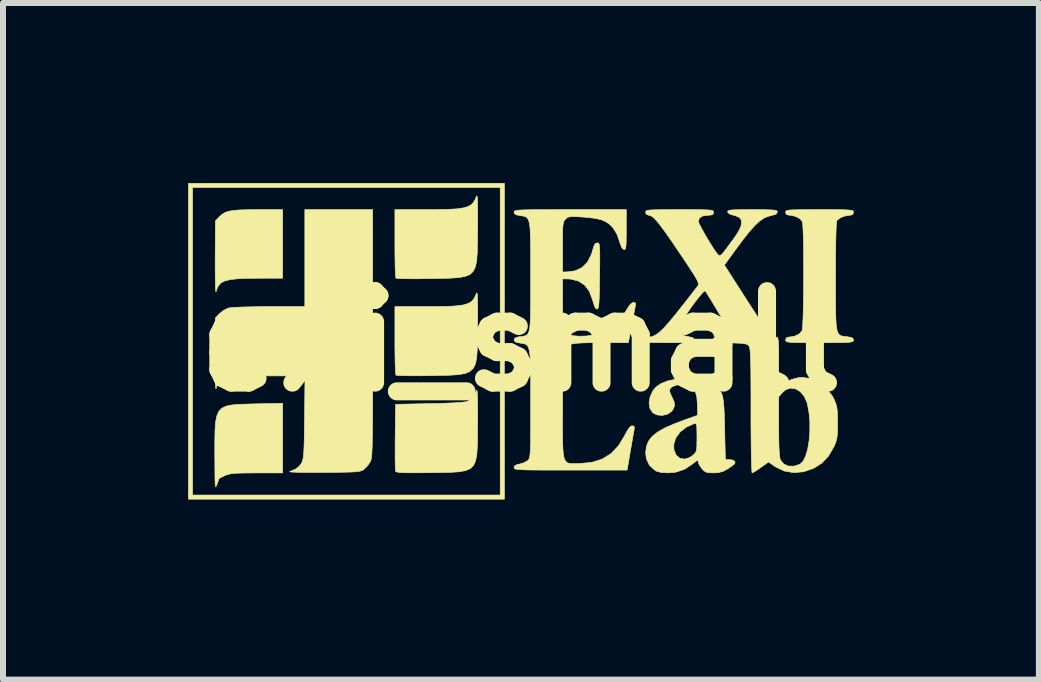
<source format=kicad_pcb>
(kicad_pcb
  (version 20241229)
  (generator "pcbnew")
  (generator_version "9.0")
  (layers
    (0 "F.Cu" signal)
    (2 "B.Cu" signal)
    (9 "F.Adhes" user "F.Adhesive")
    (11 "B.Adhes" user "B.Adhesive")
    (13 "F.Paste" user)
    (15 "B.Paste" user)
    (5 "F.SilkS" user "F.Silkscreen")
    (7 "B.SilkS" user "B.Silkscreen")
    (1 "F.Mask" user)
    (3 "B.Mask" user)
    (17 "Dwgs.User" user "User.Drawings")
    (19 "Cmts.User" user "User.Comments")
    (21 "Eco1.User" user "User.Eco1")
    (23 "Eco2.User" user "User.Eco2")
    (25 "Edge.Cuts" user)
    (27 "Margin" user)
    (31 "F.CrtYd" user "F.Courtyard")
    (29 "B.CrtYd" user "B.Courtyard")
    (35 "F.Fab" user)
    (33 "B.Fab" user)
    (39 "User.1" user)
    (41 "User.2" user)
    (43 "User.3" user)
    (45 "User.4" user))
  (footprint "exi_small"
    (layer "F.Cu")
    (at 5.632 2.637)
    (property "Reference" "exi_small" (at 0 0 0) (layer "F.SilkS") (effects (font (size 1.524 1.524) (thickness 0.3))))
    (attr through_hole)
    (fp_poly (pts (xy -0.277 2.632) (xy -5.542 2.632) (xy -5.542 -2.563) (xy -5.473 -2.563) (xy -5.473 2.563) (xy -0.346 2.563) (xy -0.346 -2.563) (xy -5.473 -2.563) (xy -5.542 -2.563) (xy -5.542 -2.632) (xy -0.277 -2.632) (xy -0.277 2.632)) (stroke (width 0.01) (type solid)) (fill yes) (layer "F.SilkS"))
    (fp_poly (pts (xy -3.972 -1.622) (xy -3.972 -1.051) (xy -4.393 -1.05) (xy -4.585 -1.048) (xy -4.736 -1.04) (xy -4.852 -1.026) (xy -4.938 -1.004) (xy -4.999 -0.972) (xy -5.041 -0.927) (xy -5.069 -0.869) (xy -5.081 -0.826) (xy -5.086 -0.828) (xy -5.09 -0.87) (xy -5.093 -0.95) (xy -5.095 -1.063) (xy -5.096 -1.203) (xy -5.096 -1.367) (xy -5.096 -1.378) (xy -5.092 -2.006) (xy -5.024 -2.077) (xy -4.982 -2.115) (xy -4.934 -2.144) (xy -4.875 -2.165) (xy -4.797 -2.179) (xy -4.693 -2.188) (xy -4.557 -2.192) (xy -4.381 -2.194) (xy -3.972 -2.194) (xy -3.972 -1.622)) (stroke (width 0.01) (type solid)) (fill yes) (layer "F.SilkS"))
    (fp_poly (pts (xy -3.972 2.194) (xy -4.405 2.194) (xy -4.561 2.195) (xy -4.68 2.197) (xy -4.767 2.201) (xy -4.832 2.208) (xy -4.881 2.219) (xy -4.922 2.233) (xy -4.936 2.239) (xy -4.994 2.267) (xy -5.029 2.286) (xy -5.034 2.291) (xy -5.041 2.315) (xy -5.059 2.366) (xy -5.068 2.39) (xy -5.078 2.415) (xy -5.086 2.424) (xy -5.092 2.413) (xy -5.096 2.377) (xy -5.099 2.314) (xy -5.1 2.217) (xy -5.101 2.083) (xy -5.102 1.908) (xy -5.102 1.882) (xy -5.102 1.665) (xy -5.099 1.49) (xy -5.09 1.352) (xy -5.07 1.247) (xy -5.037 1.17) (xy -4.986 1.116) (xy -4.913 1.081) (xy -4.815 1.061) (xy -4.688 1.051) (xy -4.529 1.046) (xy -4.416 1.043) (xy -3.972 1.034) (xy -3.972 2.194)) (stroke (width 0.01) (type solid)) (fill yes) (layer "F.SilkS"))
    (fp_poly (pts (xy -0.733 0.817) (xy -0.728 0.862) (xy -0.724 0.949) (xy -0.723 1.075) (xy -0.722 1.239) (xy -0.723 1.363) (xy -0.724 1.579) (xy -0.727 1.753) (xy -0.736 1.889) (xy -0.756 1.994) (xy -0.791 2.07) (xy -0.845 2.122) (xy -0.923 2.156) (xy -1.028 2.175) (xy -1.166 2.184) (xy -1.34 2.188) (xy -1.518 2.19) (xy -1.699 2.192) (xy -1.839 2.192) (xy -1.942 2.191) (xy -2.014 2.187) (xy -2.06 2.181) (xy -2.084 2.173) (xy -2.09 2.166) (xy -2.093 2.135) (xy -2.096 2.065) (xy -2.097 1.962) (xy -2.097 1.833) (xy -2.097 1.686) (xy -2.096 1.593) (xy -2.09 1.051) (xy -1.512 1.039) (xy -1.305 1.034) (xy -1.137 1.027) (xy -1.01 1.019) (xy -0.927 1.01) (xy -0.889 1.001) (xy -0.801 0.927) (xy -0.743 0.829) (xy -0.739 0.816) (xy -0.733 0.817)) (stroke (width 0.01) (type solid)) (fill yes) (layer "F.SilkS"))
    (fp_poly (pts (xy -0.729 -2.405) (xy -0.725 -2.353) (xy -0.723 -2.267) (xy -0.722 -2.142) (xy -0.722 -1.975) (xy -0.723 -1.87) (xy -0.724 -1.655) (xy -0.728 -1.482) (xy -0.738 -1.346) (xy -0.758 -1.242) (xy -0.795 -1.166) (xy -0.85 -1.114) (xy -0.93 -1.08) (xy -1.039 -1.061) (xy -1.18 -1.051) (xy -1.359 -1.047) (xy -1.524 -1.044) (xy -1.678 -1.042) (xy -1.816 -1.041) (xy -1.933 -1.043) (xy -2.02 -1.045) (xy -2.072 -1.049) (xy -2.084 -1.052) (xy -2.089 -1.079) (xy -2.093 -1.146) (xy -2.097 -1.246) (xy -2.099 -1.372) (xy -2.101 -1.519) (xy -2.101 -1.632) (xy -2.101 -2.194) (xy -1.567 -2.194) (xy -1.359 -2.195) (xy -1.193 -2.199) (xy -1.062 -2.207) (xy -0.961 -2.222) (xy -0.886 -2.243) (xy -0.831 -2.274) (xy -0.792 -2.314) (xy -0.762 -2.365) (xy -0.743 -2.413) (xy -0.735 -2.423) (xy -0.729 -2.405)) (stroke (width 0.01) (type solid)) (fill yes) (layer "F.SilkS"))
    (fp_poly (pts (xy -0.729 -0.788) (xy -0.725 -0.737) (xy -0.723 -0.65) (xy -0.722 -0.525) (xy -0.722 -0.359) (xy -0.723 -0.254) (xy -0.724 -0.039) (xy -0.728 0.135) (xy -0.738 0.271) (xy -0.758 0.375) (xy -0.795 0.451) (xy -0.851 0.503) (xy -0.931 0.537) (xy -1.039 0.556) (xy -1.181 0.566) (xy -1.359 0.57) (xy -1.524 0.573) (xy -1.678 0.575) (xy -1.816 0.575) (xy -1.933 0.574) (xy -2.02 0.571) (xy -2.072 0.567) (xy -2.084 0.564) (xy -2.089 0.537) (xy -2.093 0.47) (xy -2.097 0.37) (xy -2.099 0.244) (xy -2.101 0.097) (xy -2.101 -0.015) (xy -2.101 -0.577) (xy -1.567 -0.577) (xy -1.359 -0.578) (xy -1.193 -0.582) (xy -1.062 -0.591) (xy -0.961 -0.605) (xy -0.886 -0.627) (xy -0.831 -0.657) (xy -0.792 -0.697) (xy -0.762 -0.749) (xy -0.743 -0.797) (xy -0.735 -0.807) (xy -0.729 -0.788)) (stroke (width 0.01) (type solid)) (fill yes) (layer "F.SilkS"))
    (fp_poly (pts (xy -2.471 -0.133) (xy -2.471 0.224) (xy -2.471 0.538) (xy -2.471 0.811) (xy -2.472 1.047) (xy -2.473 1.248) (xy -2.474 1.418) (xy -2.476 1.559) (xy -2.478 1.674) (xy -2.48 1.767) (xy -2.484 1.839) (xy -2.487 1.895) (xy -2.492 1.936) (xy -2.497 1.966) (xy -2.503 1.988) (xy -2.51 2.005) (xy -2.511 2.007) (xy -2.557 2.075) (xy -2.613 2.132) (xy -2.617 2.134) (xy -2.639 2.149) (xy -2.664 2.16) (xy -2.699 2.168) (xy -2.749 2.175) (xy -2.819 2.179) (xy -2.917 2.182) (xy -3.046 2.184) (xy -3.213 2.186) (xy -3.298 2.186) (xy -3.457 2.187) (xy -3.597 2.186) (xy -3.712 2.184) (xy -3.797 2.181) (xy -3.847 2.177) (xy -3.856 2.173) (xy -3.855 2.172) (xy -3.756 2.131) (xy -3.689 2.077) (xy -3.654 2.026) (xy -3.643 1.999) (xy -3.633 1.965) (xy -3.626 1.918) (xy -3.62 1.852) (xy -3.615 1.763) (xy -3.612 1.644) (xy -3.609 1.49) (xy -3.607 1.296) (xy -3.606 1.264) (xy -3.599 0.577) (xy -4.225 0.577) (xy -4.44 0.578) (xy -4.613 0.581) (xy -4.75 0.587) (xy -4.855 0.597) (xy -4.933 0.614) (xy -4.989 0.637) (xy -5.028 0.668) (xy -5.054 0.709) (xy -5.073 0.76) (xy -5.081 0.791) (xy -5.086 0.789) (xy -5.09 0.746) (xy -5.093 0.666) (xy -5.095 0.555) (xy -5.096 0.417) (xy -5.096 0.258) (xy -5.096 0.238) (xy -5.092 -0.39) (xy -5.024 -0.46) (xy -4.959 -0.513) (xy -4.886 -0.55) (xy -4.873 -0.554) (xy -4.828 -0.56) (xy -4.744 -0.566) (xy -4.628 -0.571) (xy -4.488 -0.574) (xy -4.331 -0.577) (xy -4.197 -0.577) (xy -3.602 -0.577) (xy -3.602 -2.194) (xy -2.471 -2.194) (xy -2.471 -0.133)) (stroke (width 0.01) (type solid)) (fill yes) (layer "F.SilkS"))
    (fp_poly (pts (xy 5.152 -2.194) (xy 5.287 -2.193) (xy 5.387 -2.191) (xy 5.456 -2.188) (xy 5.501 -2.183) (xy 5.527 -2.176) (xy 5.538 -2.166) (xy 5.542 -2.153) (xy 5.542 -2.147) (xy 5.527 -2.11) (xy 5.488 -2.101) (xy 5.407 -2.09) (xy 5.331 -2.062) (xy 5.276 -2.024) (xy 5.264 -2.008) (xy 5.258 -1.974) (xy 5.253 -1.898) (xy 5.249 -1.782) (xy 5.246 -1.631) (xy 5.243 -1.448) (xy 5.242 -1.237) (xy 5.242 -1.078) (xy 5.242 -0.839) (xy 5.242 -0.643) (xy 5.244 -0.485) (xy 5.248 -0.36) (xy 5.254 -0.265) (xy 5.265 -0.195) (xy 5.28 -0.146) (xy 5.3 -0.114) (xy 5.326 -0.095) (xy 5.359 -0.085) (xy 5.4 -0.079) (xy 5.433 -0.076) (xy 5.502 -0.064) (xy 5.534 -0.046) (xy 5.542 -0.02) (xy 5.54 -0.007) (xy 5.529 0.004) (xy 5.506 0.011) (xy 5.464 0.017) (xy 5.398 0.02) (xy 5.302 0.022) (xy 5.172 0.023) (xy 5.001 0.023) (xy 4.976 0.023) (xy 4.8 0.023) (xy 4.665 0.022) (xy 4.566 0.021) (xy 4.496 0.018) (xy 4.451 0.013) (xy 4.425 0.005) (xy 4.414 -0.005) (xy 4.41 -0.018) (xy 4.41 -0.023) (xy 4.425 -0.06) (xy 4.465 -0.069) (xy 4.557 -0.083) (xy 4.635 -0.12) (xy 4.683 -0.173) (xy 4.684 -0.175) (xy 4.691 -0.212) (xy 4.696 -0.289) (xy 4.701 -0.399) (xy 4.705 -0.536) (xy 4.708 -0.694) (xy 4.71 -0.866) (xy 4.711 -1.045) (xy 4.711 -1.226) (xy 4.71 -1.402) (xy 4.709 -1.567) (xy 4.706 -1.714) (xy 4.702 -1.836) (xy 4.697 -1.928) (xy 4.692 -1.983) (xy 4.689 -1.993) (xy 4.648 -2.043) (xy 4.577 -2.081) (xy 4.489 -2.1) (xy 4.465 -2.101) (xy 4.421 -2.114) (xy 4.41 -2.147) (xy 4.412 -2.162) (xy 4.42 -2.173) (xy 4.441 -2.181) (xy 4.478 -2.187) (xy 4.539 -2.19) (xy 4.628 -2.192) (xy 4.75 -2.193) (xy 4.912 -2.194) (xy 4.976 -2.194) (xy 5.152 -2.194)) (stroke (width 0.01) (type solid)) (fill yes) (layer "F.SilkS"))
    (fp_poly (pts (xy 2.919 0.63) (xy 3.06 0.661) (xy 3.181 0.716) (xy 3.22 0.741) (xy 3.269 0.777) (xy 3.307 0.812) (xy 3.336 0.854) (xy 3.357 0.908) (xy 3.371 0.981) (xy 3.381 1.078) (xy 3.388 1.207) (xy 3.392 1.373) (xy 3.394 1.455) (xy 3.406 1.974) (xy 3.475 1.972) (xy 3.536 1.981) (xy 3.567 2.007) (xy 3.563 2.039) (xy 3.538 2.062) (xy 3.486 2.099) (xy 3.445 2.127) (xy 3.364 2.17) (xy 3.286 2.19) (xy 3.207 2.194) (xy 3.128 2.191) (xy 3.079 2.179) (xy 3.04 2.151) (xy 3.015 2.123) (xy 2.977 2.069) (xy 2.957 2.026) (xy 2.956 2.019) (xy 2.95 1.992) (xy 2.928 1.992) (xy 2.884 2.023) (xy 2.855 2.047) (xy 2.723 2.135) (xy 2.579 2.182) (xy 2.448 2.193) (xy 2.341 2.187) (xy 2.265 2.168) (xy 2.232 2.15) (xy 2.14 2.066) (xy 2.09 1.96) (xy 2.078 1.863) (xy 2.089 1.76) (xy 2.105 1.716) (xy 2.547 1.716) (xy 2.549 1.807) (xy 2.585 1.896) (xy 2.646 1.949) (xy 2.723 1.964) (xy 2.808 1.939) (xy 2.862 1.903) (xy 2.893 1.875) (xy 2.914 1.848) (xy 2.925 1.812) (xy 2.931 1.757) (xy 2.932 1.671) (xy 2.933 1.601) (xy 2.932 1.494) (xy 2.93 1.424) (xy 2.924 1.386) (xy 2.913 1.371) (xy 2.895 1.371) (xy 2.881 1.375) (xy 2.754 1.432) (xy 2.652 1.512) (xy 2.581 1.609) (xy 2.547 1.716) (xy 2.105 1.716) (xy 2.123 1.669) (xy 2.184 1.588) (xy 2.277 1.513) (xy 2.405 1.441) (xy 2.572 1.369) (xy 2.713 1.316) (xy 2.944 1.234) (xy 2.94 1.051) (xy 2.93 0.924) (xy 2.904 0.834) (xy 2.86 0.774) (xy 2.792 0.738) (xy 2.763 0.729) (xy 2.676 0.72) (xy 2.589 0.731) (xy 2.518 0.759) (xy 2.485 0.79) (xy 2.475 0.827) (xy 2.491 0.879) (xy 2.512 0.92) (xy 2.552 1.008) (xy 2.558 1.078) (xy 2.531 1.141) (xy 2.509 1.168) (xy 2.442 1.215) (xy 2.356 1.236) (xy 2.268 1.228) (xy 2.197 1.192) (xy 2.149 1.12) (xy 2.135 1.028) (xy 2.152 0.926) (xy 2.199 0.826) (xy 2.245 0.768) (xy 2.33 0.706) (xy 2.451 0.659) (xy 2.599 0.629) (xy 2.748 0.62) (xy 2.919 0.63)) (stroke (width 0.01) (type solid)) (fill yes) (layer "F.SilkS"))
    (fp_poly (pts (xy 1.755 -1.857) (xy 1.754 -1.726) (xy 1.753 -1.634) (xy 1.748 -1.575) (xy 1.741 -1.542) (xy 1.73 -1.529) (xy 1.716 -1.528) (xy 1.683 -1.556) (xy 1.655 -1.623) (xy 1.65 -1.639) (xy 1.6 -1.784) (xy 1.532 -1.894) (xy 1.478 -1.948) (xy 1.413 -1.993) (xy 1.336 -2.025) (xy 1.237 -2.048) (xy 1.107 -2.064) (xy 1.013 -2.071) (xy 0.909 -2.077) (xy 0.84 -2.077) (xy 0.796 -2.071) (xy 0.766 -2.057) (xy 0.742 -2.035) (xy 0.724 -2.015) (xy 0.712 -1.991) (xy 0.703 -1.955) (xy 0.697 -1.901) (xy 0.694 -1.822) (xy 0.693 -1.709) (xy 0.693 -1.57) (xy 0.693 -1.155) (xy 0.756 -1.155) (xy 0.9 -1.173) (xy 1.016 -1.227) (xy 1.108 -1.319) (xy 1.175 -1.449) (xy 1.211 -1.576) (xy 1.236 -1.627) (xy 1.271 -1.639) (xy 1.285 -1.638) (xy 1.296 -1.63) (xy 1.304 -1.61) (xy 1.31 -1.572) (xy 1.312 -1.511) (xy 1.313 -1.421) (xy 1.313 -1.298) (xy 1.311 -1.135) (xy 1.311 -1.091) (xy 1.308 -0.916) (xy 1.306 -0.781) (xy 1.302 -0.682) (xy 1.297 -0.613) (xy 1.29 -0.569) (xy 1.282 -0.546) (xy 1.271 -0.537) (xy 1.27 -0.536) (xy 1.246 -0.546) (xy 1.223 -0.59) (xy 1.198 -0.672) (xy 1.193 -0.689) (xy 1.139 -0.833) (xy 1.059 -0.938) (xy 0.952 -1.006) (xy 0.819 -1.037) (xy 0.765 -1.039) (xy 0.693 -1.039) (xy 0.693 -0.616) (xy 0.694 -0.45) (xy 0.697 -0.325) (xy 0.703 -0.237) (xy 0.712 -0.181) (xy 0.723 -0.152) (xy 0.775 -0.116) (xy 0.861 -0.093) (xy 0.97 -0.084) (xy 1.093 -0.088) (xy 1.219 -0.106) (xy 1.338 -0.137) (xy 1.398 -0.16) (xy 1.512 -0.23) (xy 1.625 -0.336) (xy 1.725 -0.466) (xy 1.757 -0.519) (xy 1.809 -0.6) (xy 1.852 -0.64) (xy 1.875 -0.647) (xy 1.91 -0.636) (xy 1.91 -0.601) (xy 1.901 -0.562) (xy 1.886 -0.487) (xy 1.867 -0.388) (xy 1.846 -0.275) (xy 1.844 -0.266) (xy 1.79 0.023) (xy 1.337 0.023) (xy 1.153 0.024) (xy 1.01 0.028) (xy 0.903 0.036) (xy 0.825 0.049) (xy 0.772 0.067) (xy 0.737 0.093) (xy 0.717 0.125) (xy 0.714 0.131) (xy 0.709 0.167) (xy 0.705 0.243) (xy 0.701 0.354) (xy 0.698 0.496) (xy 0.695 0.662) (xy 0.693 0.848) (xy 0.693 1.047) (xy 0.693 1.072) (xy 0.692 1.309) (xy 0.692 1.504) (xy 0.694 1.661) (xy 0.698 1.784) (xy 0.706 1.878) (xy 0.719 1.945) (xy 0.738 1.991) (xy 0.764 2.019) (xy 0.799 2.034) (xy 0.844 2.039) (xy 0.9 2.039) (xy 0.968 2.038) (xy 0.975 2.038) (xy 1.178 2.019) (xy 1.353 1.964) (xy 1.501 1.872) (xy 1.625 1.742) (xy 1.723 1.58) (xy 1.773 1.488) (xy 1.811 1.433) (xy 1.843 1.41) (xy 1.853 1.409) (xy 1.885 1.417) (xy 1.89 1.45) (xy 1.886 1.472) (xy 1.878 1.518) (xy 1.863 1.599) (xy 1.845 1.704) (xy 1.824 1.822) (xy 1.821 1.841) (xy 1.769 2.147) (xy 0.827 2.147) (xy 0.593 2.147) (xy 0.402 2.147) (xy 0.249 2.146) (xy 0.129 2.145) (xy 0.039 2.142) (xy -0.026 2.139) (xy -0.07 2.134) (xy -0.096 2.128) (xy -0.11 2.121) (xy -0.115 2.111) (xy -0.115 2.104) (xy -0.103 2.073) (xy -0.058 2.053) (xy -0.023 2.046) (xy 0.049 2.025) (xy 0.108 1.992) (xy 0.116 1.985) (xy 0.127 1.972) (xy 0.137 1.955) (xy 0.144 1.929) (xy 0.15 1.891) (xy 0.155 1.835) (xy 0.158 1.757) (xy 0.16 1.652) (xy 0.161 1.517) (xy 0.161 1.346) (xy 0.162 1.135) (xy 0.162 1.042) (xy 0.162 0.802) (xy 0.161 0.605) (xy 0.159 0.446) (xy 0.156 0.32) (xy 0.149 0.224) (xy 0.139 0.154) (xy 0.125 0.104) (xy 0.106 0.071) (xy 0.082 0.052) (xy 0.051 0.041) (xy 0.013 0.034) (xy -0.018 0.03) (xy -0.084 0.016) (xy -0.112 -0.008) (xy -0.115 -0.023) (xy -0.101 -0.053) (xy -0.052 -0.071) (xy -0.021 -0.076) (xy 0.023 -0.081) (xy 0.06 -0.088) (xy 0.09 -0.1) (xy 0.113 -0.121) (xy 0.13 -0.155) (xy 0.143 -0.207) (xy 0.152 -0.281) (xy 0.157 -0.381) (xy 0.16 -0.512) (xy 0.162 -0.676) (xy 0.162 -0.88) (xy 0.162 -1.075) (xy 0.162 -1.315) (xy 0.161 -1.513) (xy 0.159 -1.673) (xy 0.156 -1.8) (xy 0.15 -1.897) (xy 0.14 -1.969) (xy 0.126 -2.019) (xy 0.107 -2.052) (xy 0.083 -2.072) (xy 0.053 -2.083) (xy 0.015 -2.09) (xy -0.018 -2.094) (xy -0.082 -2.108) (xy -0.111 -2.13) (xy -0.115 -2.15) (xy -0.114 -2.161) (xy -0.106 -2.17) (xy -0.088 -2.177) (xy -0.055 -2.183) (xy -0.003 -2.187) (xy 0.071 -2.19) (xy 0.173 -2.192) (xy 0.305 -2.193) (xy 0.473 -2.193) (xy 0.681 -2.194) (xy 0.82 -2.194) (xy 1.755 -2.194) (xy 1.755 -1.857)) (stroke (width 0.01) (type solid)) (fill yes) (layer "F.SilkS"))
    (fp_poly (pts (xy 4.005 -2.193) (xy 4.115 -2.191) (xy 4.19 -2.188) (xy 4.238 -2.182) (xy 4.263 -2.174) (xy 4.272 -2.162) (xy 4.272 -2.158) (xy 4.256 -2.122) (xy 4.243 -2.115) (xy 4.204 -2.104) (xy 4.141 -2.087) (xy 4.116 -2.08) (xy 4.049 -2.052) (xy 3.977 -2.003) (xy 3.897 -1.929) (xy 3.804 -1.824) (xy 3.695 -1.687) (xy 3.594 -1.551) (xy 3.39 -1.27) (xy 3.726 -0.745) (xy 3.847 -0.557) (xy 3.947 -0.405) (xy 4.029 -0.286) (xy 4.095 -0.197) (xy 4.149 -0.134) (xy 4.192 -0.094) (xy 4.227 -0.074) (xy 4.251 -0.069) (xy 4.267 -0.067) (xy 4.278 -0.055) (xy 4.286 -0.028) (xy 4.291 0.021) (xy 4.294 0.098) (xy 4.295 0.209) (xy 4.295 0.35) (xy 4.295 0.498) (xy 4.296 0.606) (xy 4.299 0.678) (xy 4.303 0.722) (xy 4.31 0.741) (xy 4.321 0.743) (xy 4.335 0.733) (xy 4.336 0.732) (xy 4.414 0.68) (xy 4.516 0.635) (xy 4.621 0.607) (xy 4.679 0.601) (xy 4.827 0.622) (xy 4.966 0.685) (xy 5.089 0.783) (xy 5.188 0.912) (xy 5.223 0.979) (xy 5.247 1.039) (xy 5.263 1.098) (xy 5.272 1.17) (xy 5.276 1.266) (xy 5.276 1.362) (xy 5.275 1.482) (xy 5.271 1.569) (xy 5.261 1.634) (xy 5.244 1.691) (xy 5.218 1.752) (xy 5.216 1.756) (xy 5.125 1.913) (xy 5.013 2.031) (xy 4.883 2.114) (xy 4.714 2.174) (xy 4.547 2.19) (xy 4.386 2.162) (xy 4.236 2.09) (xy 4.203 2.067) (xy 4.127 2.011) (xy 3.999 2.102) (xy 3.932 2.148) (xy 3.88 2.181) (xy 3.852 2.194) (xy 3.848 2.171) (xy 3.845 2.107) (xy 3.841 2.007) (xy 3.838 1.873) (xy 3.836 1.713) (xy 3.834 1.529) (xy 3.833 1.326) (xy 3.833 1.159) (xy 3.833 0.927) (xy 4.295 0.927) (xy 4.295 1.421) (xy 4.296 1.617) (xy 4.3 1.768) (xy 4.306 1.879) (xy 4.315 1.95) (xy 4.323 1.976) (xy 4.377 2.044) (xy 4.456 2.08) (xy 4.551 2.082) (xy 4.649 2.05) (xy 4.701 2) (xy 4.745 1.912) (xy 4.779 1.794) (xy 4.802 1.655) (xy 4.814 1.503) (xy 4.814 1.345) (xy 4.8 1.19) (xy 4.773 1.045) (xy 4.767 1.024) (xy 4.721 0.918) (xy 4.655 0.84) (xy 4.576 0.793) (xy 4.493 0.781) (xy 4.412 0.807) (xy 4.355 0.856) (xy 4.295 0.927) (xy 3.833 0.927) (xy 3.833 0.906) (xy 3.832 0.696) (xy 3.831 0.524) (xy 3.829 0.386) (xy 3.826 0.28) (xy 3.822 0.2) (xy 3.817 0.143) (xy 3.811 0.106) (xy 3.803 0.084) (xy 3.8 0.079) (xy 3.782 0.061) (xy 3.753 0.047) (xy 3.705 0.038) (xy 3.63 0.032) (xy 3.521 0.028) (xy 3.476 0.027) (xy 3.354 0.023) (xy 3.272 0.018) (xy 3.222 0.012) (xy 3.197 0.002) (xy 3.19 -0.012) (xy 3.191 -0.019) (xy 3.219 -0.051) (xy 3.268 -0.064) (xy 3.357 -0.075) (xy 3.41 -0.091) (xy 3.435 -0.116) (xy 3.441 -0.152) (xy 3.43 -0.213) (xy 3.405 -0.281) (xy 3.403 -0.284) (xy 3.377 -0.332) (xy 3.336 -0.405) (xy 3.283 -0.493) (xy 3.227 -0.588) (xy 3.171 -0.68) (xy 3.122 -0.759) (xy 3.086 -0.816) (xy 3.069 -0.84) (xy 3.05 -0.831) (xy 3.01 -0.79) (xy 2.956 -0.725) (xy 2.892 -0.643) (xy 2.825 -0.55) (xy 2.76 -0.453) (xy 2.708 -0.371) (xy 2.653 -0.265) (xy 2.635 -0.187) (xy 2.653 -0.131) (xy 2.709 -0.095) (xy 2.793 -0.076) (xy 2.856 -0.062) (xy 2.883 -0.038) (xy 2.886 -0.02) (xy 2.884 -0.005) (xy 2.871 0.007) (xy 2.843 0.015) (xy 2.793 0.019) (xy 2.714 0.022) (xy 2.6 0.023) (xy 2.482 0.023) (xy 2.337 0.023) (xy 2.231 0.022) (xy 2.159 0.019) (xy 2.114 0.014) (xy 2.09 0.005) (xy 2.08 -0.007) (xy 2.078 -0.023) (xy 2.094 -0.062) (xy 2.125 -0.069) (xy 2.181 -0.076) (xy 2.239 -0.101) (xy 2.302 -0.146) (xy 2.377 -0.216) (xy 2.466 -0.315) (xy 2.574 -0.446) (xy 2.635 -0.523) (xy 2.725 -0.637) (xy 2.806 -0.74) (xy 2.873 -0.827) (xy 2.923 -0.891) (xy 2.95 -0.926) (xy 2.951 -0.928) (xy 2.958 -0.945) (xy 2.956 -0.968) (xy 2.943 -1.003) (xy 2.916 -1.054) (xy 2.873 -1.125) (xy 2.81 -1.222) (xy 2.726 -1.349) (xy 2.643 -1.472) (xy 2.523 -1.65) (xy 2.424 -1.792) (xy 2.344 -1.902) (xy 2.28 -1.984) (xy 2.228 -2.042) (xy 2.187 -2.078) (xy 2.152 -2.096) (xy 2.124 -2.101) (xy 2.086 -2.118) (xy 2.078 -2.147) (xy 2.08 -2.162) (xy 2.088 -2.173) (xy 2.108 -2.181) (xy 2.146 -2.187) (xy 2.207 -2.19) (xy 2.296 -2.192) (xy 2.418 -2.193) (xy 2.58 -2.194) (xy 2.644 -2.194) (xy 2.82 -2.194) (xy 2.955 -2.193) (xy 3.054 -2.191) (xy 3.124 -2.188) (xy 3.169 -2.183) (xy 3.195 -2.176) (xy 3.206 -2.166) (xy 3.21 -2.153) (xy 3.21 -2.147) (xy 3.201 -2.116) (xy 3.166 -2.103) (xy 3.127 -2.101) (xy 3.033 -2.089) (xy 2.975 -2.055) (xy 2.956 -2.001) (xy 2.967 -1.965) (xy 2.999 -1.9) (xy 3.045 -1.816) (xy 3.1 -1.721) (xy 3.158 -1.626) (xy 3.213 -1.539) (xy 3.261 -1.471) (xy 3.29 -1.435) (xy 3.309 -1.426) (xy 3.334 -1.438) (xy 3.371 -1.477) (xy 3.426 -1.548) (xy 3.445 -1.574) (xy 3.526 -1.683) (xy 3.583 -1.764) (xy 3.621 -1.824) (xy 3.647 -1.871) (xy 3.663 -1.913) (xy 3.67 -1.935) (xy 3.676 -2.01) (xy 3.643 -2.062) (xy 3.569 -2.094) (xy 3.543 -2.099) (xy 3.472 -2.121) (xy 3.445 -2.154) (xy 3.445 -2.168) (xy 3.457 -2.178) (xy 3.486 -2.185) (xy 3.539 -2.19) (xy 3.621 -2.192) (xy 3.739 -2.193) (xy 3.854 -2.194) (xy 4.005 -2.193)) (stroke (width 0.01) (type solid)) (fill yes) (layer "F.SilkS")))
  (gr_rect
    (start -3 -3)
    (end 14.263 8.275)
    (stroke (width 0.1) (type default))
    (fill no)
    (layer "Edge.Cuts")))
</source>
